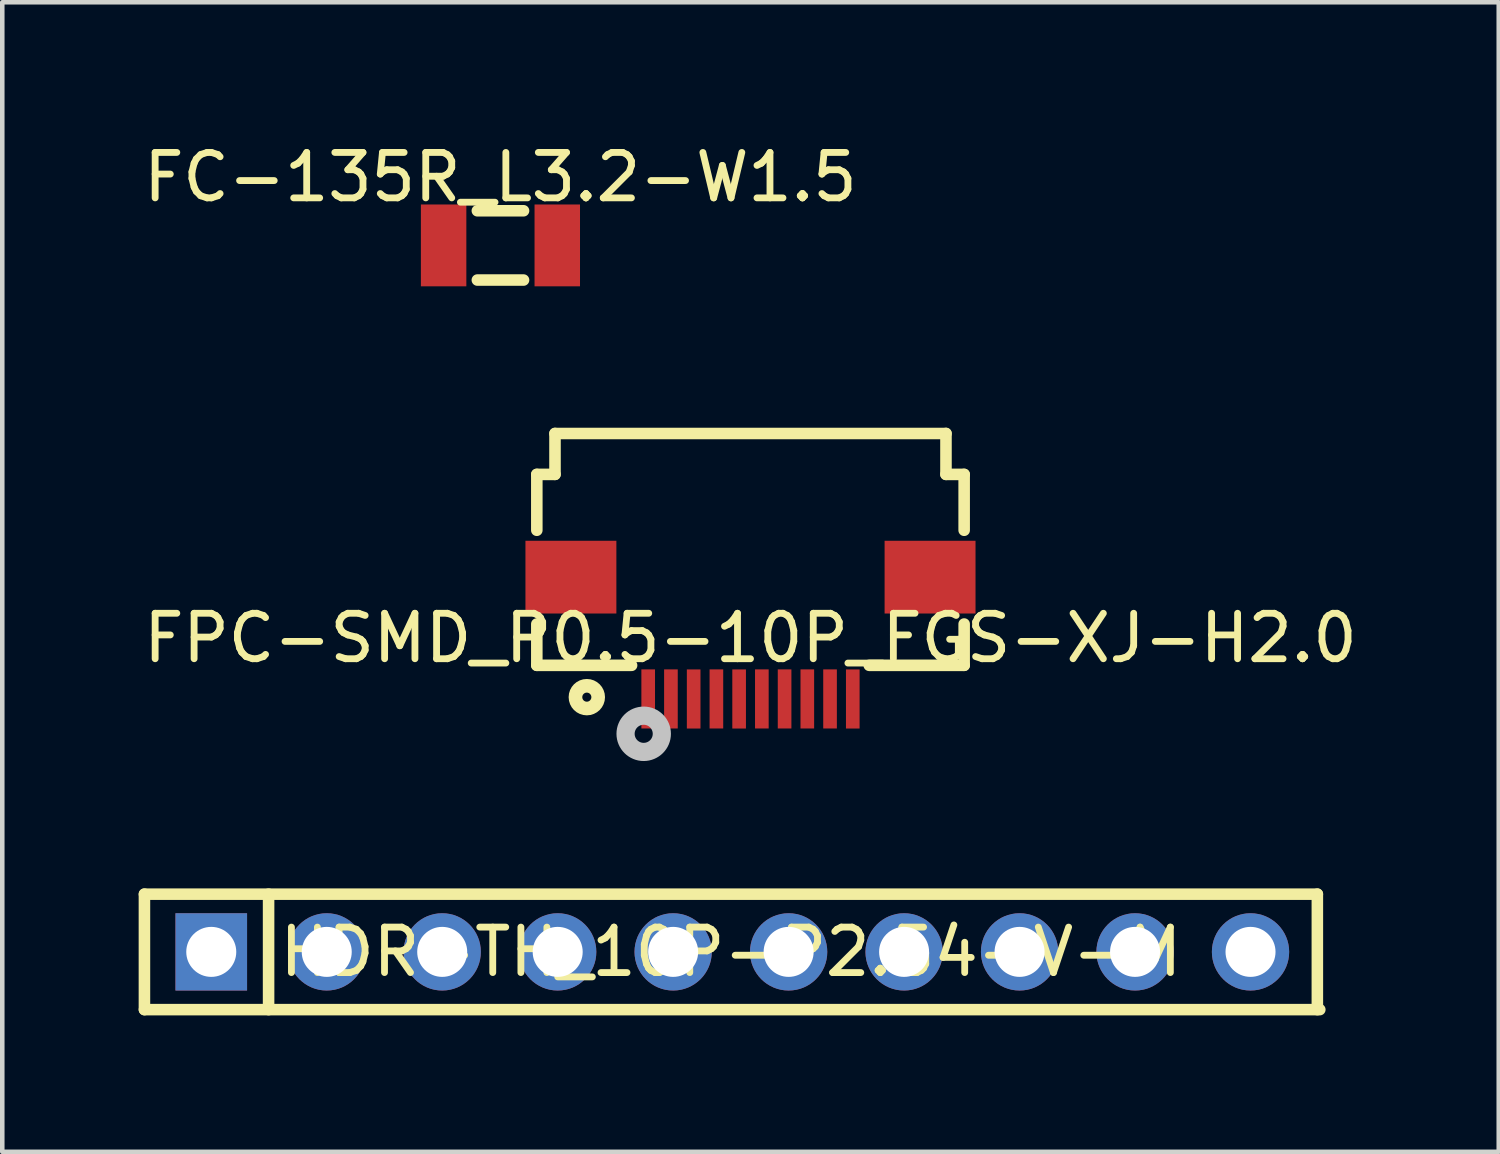
<source format=kicad_pcb>
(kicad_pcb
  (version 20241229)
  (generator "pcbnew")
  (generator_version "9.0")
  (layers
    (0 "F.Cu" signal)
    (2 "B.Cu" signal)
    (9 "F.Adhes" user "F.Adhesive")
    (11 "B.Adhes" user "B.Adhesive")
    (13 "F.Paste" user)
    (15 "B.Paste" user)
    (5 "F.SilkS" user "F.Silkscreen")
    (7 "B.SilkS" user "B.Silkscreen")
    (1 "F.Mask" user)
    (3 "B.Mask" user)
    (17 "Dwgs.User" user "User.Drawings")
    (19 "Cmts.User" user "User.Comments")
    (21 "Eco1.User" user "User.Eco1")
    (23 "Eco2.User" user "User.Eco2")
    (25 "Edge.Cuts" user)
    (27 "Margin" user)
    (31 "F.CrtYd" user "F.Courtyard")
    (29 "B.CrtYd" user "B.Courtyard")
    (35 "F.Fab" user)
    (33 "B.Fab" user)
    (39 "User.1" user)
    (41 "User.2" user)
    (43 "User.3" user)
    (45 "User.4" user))
  (footprint "HDR-TH_10P-P2.54-V-M"
    (layer "F.Cu")
    (at 13.027 17.888)
    (property "Reference" "HDR-TH_10P-P2.54-V-M" (at 0 0 0) (layer "F.SilkS") (effects (font (size 1 1) (thickness 0.15))))
    (fp_line (start -12.9 -1.27) (end -12.9 1.27) (stroke (width 0.254) (type default)) (layer "F.SilkS"))
    (fp_line (start -12.9 1.27) (end 12.954 1.27) (stroke (width 0.254) (type default)) (layer "F.SilkS"))
    (fp_line (start -10.169 -1.27) (end -10.169 1.27) (stroke (width 0.254) (type default)) (layer "F.SilkS"))
    (fp_line (start 12.9 -1.27) (end -12.9 -1.27) (stroke (width 0.254) (type default)) (layer "F.SilkS"))
    (fp_line (start 12.9 -1.27) (end 12.9 1.27) (stroke (width 0.254) (type default)) (layer "F.SilkS"))
    (fp_poly (pts (xy -11.75 -0.32) (xy -11.11 -0.32) (xy -11.11 0.32) (xy -11.75 0.32)) (stroke (width 0.1) (type default)) (fill no) (layer "User.1"))
    (fp_poly (pts (xy -9.21 -0.32) (xy -8.57 -0.32) (xy -8.57 0.32) (xy -9.21 0.32)) (stroke (width 0.1) (type default)) (fill no) (layer "User.1"))
    (fp_poly (pts (xy -6.67 -0.32) (xy -6.03 -0.32) (xy -6.03 0.32) (xy -6.67 0.32)) (stroke (width 0.1) (type default)) (fill no) (layer "User.1"))
    (fp_poly (pts (xy -4.13 -0.32) (xy -3.49 -0.32) (xy -3.49 0.32) (xy -4.13 0.32)) (stroke (width 0.1) (type default)) (fill no) (layer "User.1"))
    (fp_poly (pts (xy -1.59 -0.32) (xy -0.95 -0.32) (xy -0.95 0.32) (xy -1.59 0.32)) (stroke (width 0.1) (type default)) (fill no) (layer "User.1"))
    (fp_poly (pts (xy 0.95 -0.32) (xy 1.59 -0.32) (xy 1.59 0.32) (xy 0.95 0.32)) (stroke (width 0.1) (type default)) (fill no) (layer "User.1"))
    (fp_poly (pts (xy 3.49 -0.32) (xy 4.13 -0.32) (xy 4.13 0.32) (xy 3.49 0.32)) (stroke (width 0.1) (type default)) (fill no) (layer "User.1"))
    (fp_poly (pts (xy 6.03 -0.32) (xy 6.67 -0.32) (xy 6.67 0.32) (xy 6.03 0.32)) (stroke (width 0.1) (type default)) (fill no) (layer "User.1"))
    (fp_poly (pts (xy 8.57 -0.32) (xy 9.21 -0.32) (xy 9.21 0.32) (xy 8.57 0.32)) (stroke (width 0.1) (type default)) (fill no) (layer "User.1"))
    (fp_poly (pts (xy 11.11 -0.32) (xy 11.75 -0.32) (xy 11.75 0.32) (xy 11.11 0.32)) (stroke (width 0.1) (type default)) (fill no) (layer "User.1"))
    (fp_line (start -12.7 -1.25) (end 12.7 -1.25) (stroke (width 0.051) (type default)) (layer "User.2"))
    (fp_line (start -12.7 1.25) (end -12.7 -1.25) (stroke (width 0.051) (type default)) (layer "User.2"))
    (fp_line (start 12.7 -1.25) (end 12.7 1.25) (stroke (width 0.051) (type default)) (layer "User.2"))
    (fp_line (start 12.7 1.25) (end -12.7 1.25) (stroke (width 0.051) (type default)) (layer "User.2"))
    (fp_poly (pts (xy -12.64 1.25) (xy -12.658 1.208) (xy -12.7 1.19) (xy -12.742 1.208) (xy -12.76 1.25) (xy -12.742 1.292) (xy -12.7 1.31) (xy -12.658 1.292)) (stroke (width 0.1) (type default)) (fill no) (layer "User.3"))
    (pad "1" thru_hole rect (at -11.43 0) (size 1.575 1.7) (drill 1.1) (layers "*.Cu" "*.Mask"))
    (pad "2" thru_hole circle (at -8.89 0) (size 1.7 1.7) (drill 1.1) (layers "*.Cu" "*.Mask"))
    (pad "3" thru_hole circle (at -6.35 0) (size 1.7 1.7) (drill 1.1) (layers "*.Cu" "*.Mask"))
    (pad "4" thru_hole circle (at -3.81 0) (size 1.7 1.7) (drill 1.1) (layers "*.Cu" "*.Mask"))
    (pad "5" thru_hole circle (at -1.27 0) (size 1.7 1.7) (drill 1.1) (layers "*.Cu" "*.Mask"))
    (pad "6" thru_hole circle (at 1.27 0) (size 1.7 1.7) (drill 1.1) (layers "*.Cu" "*.Mask"))
    (pad "7" thru_hole circle (at 3.81 0) (size 1.7 1.7) (drill 1.1) (layers "*.Cu" "*.Mask"))
    (pad "8" thru_hole circle (at 6.35 0) (size 1.7 1.7) (drill 1.1) (layers "*.Cu" "*.Mask"))
    (pad "9" thru_hole circle (at 8.89 0) (size 1.7 1.7) (drill 1.1) (layers "*.Cu" "*.Mask"))
    (pad "10" thru_hole circle (at 11.43 0) (size 1.7 1.7) (drill 1.1) (layers "*.Cu" "*.Mask")))
  (footprint "FPC-SMD_P0.5-10P_FGS-XJ-H2.0"
    (layer "F.Cu")
    (at 13.458 10.985)
    (property "Reference" "FPC-SMD_P0.5-10P_FGS-XJ-H2.0" (at 0 0 0) (layer "F.SilkS") (effects (font (size 1 1) (thickness 0.15))))
    (fp_line (start -4.7 -3.6) (end -4.3 -3.6) (stroke (width 0.254) (type default)) (layer "F.SilkS"))
    (fp_line (start -4.7 -2.371) (end -4.7 -3.6) (stroke (width 0.254) (type default)) (layer "F.SilkS"))
    (fp_line (start -4.7 0.6) (end -4.7 -0.309) (stroke (width 0.254) (type default)) (layer "F.SilkS"))
    (fp_line (start -4.3 -4.5) (end 4.3 -4.5) (stroke (width 0.254) (type default)) (layer "F.SilkS"))
    (fp_line (start -4.3 -3.6) (end -4.3 -4.5) (stroke (width 0.254) (type default)) (layer "F.SilkS"))
    (fp_line (start -2.615 0.6) (end -4.7 0.6) (stroke (width 0.254) (type default)) (layer "F.SilkS"))
    (fp_line (start 4.3 -4.5) (end 4.3 -3.6) (stroke (width 0.254) (type default)) (layer "F.SilkS"))
    (fp_line (start 4.3 -3.6) (end 4.7 -3.6) (stroke (width 0.254) (type default)) (layer "F.SilkS"))
    (fp_line (start 4.7 -3.6) (end 4.7 -2.371) (stroke (width 0.254) (type default)) (layer "F.SilkS"))
    (fp_line (start 4.7 -0.309) (end 4.7 0.6) (stroke (width 0.254) (type default)) (layer "F.SilkS"))
    (fp_line (start 4.7 0.6) (end 2.612 0.6) (stroke (width 0.254) (type default)) (layer "F.SilkS"))
    (fp_circle (center -3.6 1.3) (end -3.5 1.3) (stroke (width 0.3) (type default)) (fill no) (layer "F.SilkS"))
    (fp_circle (center -2.349 2.106) (end -2.15 2.106) (stroke (width 0.4) (type default)) (fill no) (layer "Dwgs.User"))
    (fp_poly (pts (xy -4.7 -0.94) (xy -4.7 -1.94) (xy -3.2 -1.94) (xy -3.2 -0.94)) (stroke (width 0.1) (type default)) (fill no) (layer "User.1"))
    (fp_poly (pts (xy -2.35 0.852) (xy -2.15 0.852) (xy -2.15 1.602) (xy -2.35 1.602)) (stroke (width 0.1) (type default)) (fill no) (layer "User.1"))
    (fp_poly (pts (xy -1.852 0.852) (xy -1.652 0.852) (xy -1.652 1.602) (xy -1.852 1.602)) (stroke (width 0.1) (type default)) (fill no) (layer "User.1"))
    (fp_poly (pts (xy -1.35 0.852) (xy -1.15 0.852) (xy -1.15 1.602) (xy -1.35 1.602)) (stroke (width 0.1) (type default)) (fill no) (layer "User.1"))
    (fp_poly (pts (xy -0.852 0.852) (xy -0.652 0.852) (xy -0.652 1.602) (xy -0.852 1.602)) (stroke (width 0.1) (type default)) (fill no) (layer "User.1"))
    (fp_poly (pts (xy -0.35 0.852) (xy -0.15 0.852) (xy -0.15 1.602) (xy -0.35 1.602)) (stroke (width 0.1) (type default)) (fill no) (layer "User.1"))
    (fp_poly (pts (xy 0.148 0.852) (xy 0.348 0.852) (xy 0.348 1.602) (xy 0.148 1.602)) (stroke (width 0.1) (type default)) (fill no) (layer "User.1"))
    (fp_poly (pts (xy 0.648 0.852) (xy 0.848 0.852) (xy 0.848 1.602) (xy 0.648 1.602)) (stroke (width 0.1) (type default)) (fill no) (layer "User.1"))
    (fp_poly (pts (xy 1.148 0.852) (xy 1.348 0.852) (xy 1.348 1.602) (xy 1.148 1.602)) (stroke (width 0.1) (type default)) (fill no) (layer "User.1"))
    (fp_poly (pts (xy 1.648 0.852) (xy 1.848 0.852) (xy 1.848 1.602) (xy 1.648 1.602)) (stroke (width 0.1) (type default)) (fill no) (layer "User.1"))
    (fp_poly (pts (xy 2.15 0.852) (xy 2.35 0.852) (xy 2.35 1.602) (xy 2.15 1.602)) (stroke (width 0.1) (type default)) (fill no) (layer "User.1"))
    (fp_poly (pts (xy 3.2 -0.94) (xy 3.2 -1.94) (xy 4.7 -1.94) (xy 4.7 -0.94)) (stroke (width 0.1) (type default)) (fill no) (layer "User.1"))
    (fp_line (start -4.705 0.197) (end -4.695 -3.561) (stroke (width 0.051) (type default)) (layer "User.2"))
    (fp_line (start -4.705 0.597) (end -4.705 0.197) (stroke (width 0.051) (type default)) (layer "User.2"))
    (fp_line (start -4.695 -3.561) (end -4.303 -3.561) (stroke (width 0.051) (type default)) (layer "User.2"))
    (fp_line (start -4.303 -4.503) (end 4.306 -4.503) (stroke (width 0.051) (type default)) (layer "User.2"))
    (fp_line (start -4.303 -3.561) (end -4.303 -4.503) (stroke (width 0.051) (type default)) (layer "User.2"))
    (fp_line (start -2.508 0.597) (end -4.705 0.597) (stroke (width 0.051) (type default)) (layer "User.2"))
    (fp_line (start -2.508 0.902) (end -2.508 0.597) (stroke (width 0.051) (type default)) (layer "User.2"))
    (fp_line (start 2.506 0.601) (end 2.506 0.902) (stroke (width 0.051) (type default)) (layer "User.2"))
    (fp_line (start 2.506 0.902) (end -2.508 0.902) (stroke (width 0.051) (type default)) (layer "User.2"))
    (fp_line (start 4.306 -4.503) (end 4.306 -3.558) (stroke (width 0.051) (type default)) (layer "User.2"))
    (fp_line (start 4.306 -3.558) (end 4.702 -3.558) (stroke (width 0.051) (type default)) (layer "User.2"))
    (fp_line (start 4.702 -3.558) (end 4.702 0.601) (stroke (width 0.051) (type default)) (layer "User.2"))
    (fp_line (start 4.702 0.601) (end 2.506 0.601) (stroke (width 0.051) (type default)) (layer "User.2"))
    (fp_poly (pts (xy -4.644 1.602) (xy -4.662 1.56) (xy -4.705 1.542) (xy -4.747 1.56) (xy -4.764 1.602) (xy -4.747 1.644) (xy -4.705 1.662) (xy -4.662 1.644)) (stroke (width 0.1) (type default)) (fill no) (layer "User.3"))
    (pad "1" smd rect (at -2.25 1.339) (size 0.3 1.3) (layers "F.Cu" "F.Mask" "F.Paste"))
    (pad "2" smd rect (at -1.75 1.339) (size 0.3 1.3) (layers "F.Cu" "F.Mask" "F.Paste"))
    (pad "3" smd rect (at -1.25 1.34) (size 0.3 1.3) (layers "F.Cu" "F.Mask" "F.Paste"))
    (pad "4" smd rect (at -0.75 1.339) (size 0.3 1.3) (layers "F.Cu" "F.Mask" "F.Paste"))
    (pad "5" smd rect (at -0.25 1.34) (size 0.3 1.3) (layers "F.Cu" "F.Mask" "F.Paste"))
    (pad "6" smd rect (at 0.25 1.339) (size 0.3 1.3) (layers "F.Cu" "F.Mask" "F.Paste"))
    (pad "7" smd rect (at 0.75 1.339) (size 0.3 1.3) (layers "F.Cu" "F.Mask" "F.Paste"))
    (pad "8" smd rect (at 1.25 1.339) (size 0.3 1.3) (layers "F.Cu" "F.Mask" "F.Paste"))
    (pad "9" smd rect (at 1.75 1.339) (size 0.3 1.3) (layers "F.Cu" "F.Mask" "F.Paste"))
    (pad "10" smd rect (at 2.25 1.34) (size 0.3 1.3) (layers "F.Cu" "F.Mask" "F.Paste"))
    (pad "11" smd rect (at 3.95 -1.34 270) (size 1.6 2) (layers "F.Cu" "F.Mask" "F.Paste"))
    (pad "12" smd rect (at -3.95 -1.34 270) (size 1.6 2) (layers "F.Cu" "F.Mask" "F.Paste")))
  (footprint "FC-135R_L3.2-W1.5"
    (layer "F.Cu")
    (at 7.958 2.348)
    (property "Reference" "FC-135R_L3.2-W1.5" (at 0 -1.5 0) (layer "F.SilkS") (effects (font (size 1 1) (thickness 0.15))))
    (fp_line (start -0.508 -0.762) (end 0.508 -0.762) (stroke (width 0.254) (type default)) (layer "F.SilkS"))
    (fp_line (start 0.508 0.762) (end -0.508 0.762) (stroke (width 0.254) (type default)) (layer "F.SilkS"))
    (fp_poly (pts (xy -1.75 0.9) (xy -1.75 -0.9) (xy -0.75 -0.9) (xy -0.75 0.9)) (stroke (width 0.1) (type default)) (fill no) (layer "User.1"))
    (fp_poly (pts (xy 0.75 0.9) (xy 0.75 -0.9) (xy 1.75 -0.9) (xy 1.75 0.9)) (stroke (width 0.1) (type default)) (fill no) (layer "User.1"))
    (fp_line (start -1.75 -0.9) (end 1.75 -0.9) (stroke (width 0.051) (type default)) (layer "User.2"))
    (fp_line (start -1.75 0.9) (end -1.75 -0.9) (stroke (width 0.051) (type default)) (layer "User.2"))
    (fp_line (start 1.75 -0.9) (end 1.75 0.9) (stroke (width 0.051) (type default)) (layer "User.2"))
    (fp_line (start 1.75 0.9) (end -1.75 0.9) (stroke (width 0.051) (type default)) (layer "User.2"))
    (fp_poly (pts (xy -1.69 0.9) (xy -1.708 0.858) (xy -1.75 0.84) (xy -1.792 0.858) (xy -1.81 0.9) (xy -1.792 0.942) (xy -1.75 0.96) (xy -1.708 0.942)) (stroke (width 0.1) (type default)) (fill no) (layer "User.3"))
    (pad "1" smd rect (at -1.25 0 90) (size 1.8 1) (layers "F.Cu" "F.Mask" "F.Paste"))
    (pad "2" smd rect (at 1.25 0 90) (size 1.8 1) (layers "F.Cu" "F.Mask" "F.Paste")))
  (gr_rect
    (start -3 -3)
    (end 29.917 22.285)
    (stroke (width 0.1) (type default))
    (fill no)
    (layer "Edge.Cuts")))
</source>
